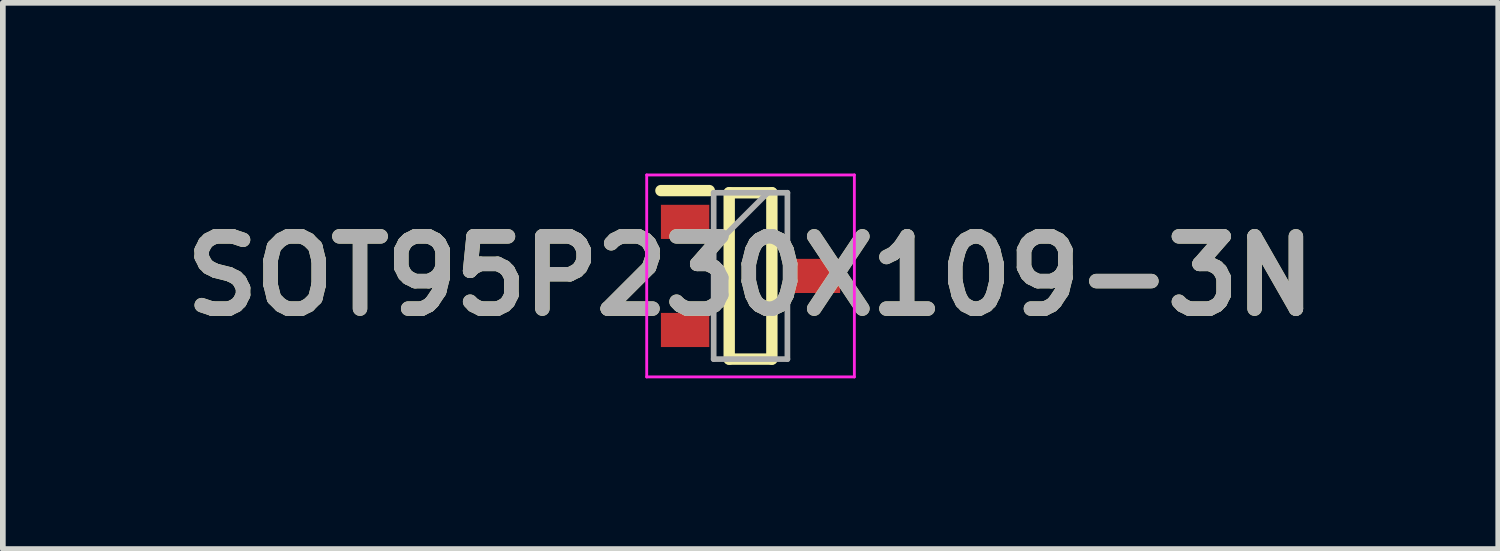
<source format=kicad_pcb>
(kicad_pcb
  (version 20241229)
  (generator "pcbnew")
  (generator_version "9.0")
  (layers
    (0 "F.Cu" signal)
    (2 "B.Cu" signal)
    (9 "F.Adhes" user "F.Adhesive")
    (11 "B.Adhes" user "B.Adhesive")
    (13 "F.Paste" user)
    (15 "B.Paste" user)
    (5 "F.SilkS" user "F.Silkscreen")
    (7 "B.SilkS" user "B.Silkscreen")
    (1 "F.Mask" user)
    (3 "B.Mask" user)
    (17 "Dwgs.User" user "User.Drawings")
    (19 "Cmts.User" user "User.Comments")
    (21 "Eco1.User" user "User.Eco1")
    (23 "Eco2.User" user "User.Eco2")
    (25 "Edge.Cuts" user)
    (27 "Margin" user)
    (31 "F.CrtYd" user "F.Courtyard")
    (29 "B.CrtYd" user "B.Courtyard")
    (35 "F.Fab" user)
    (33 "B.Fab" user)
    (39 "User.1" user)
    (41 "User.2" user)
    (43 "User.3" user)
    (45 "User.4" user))
  (footprint "SOT95P230X109-3N"
    (layer "F.Cu")
    (at 10.142 1.8)
    (property "Reference" "SOT95P230X109-3N" (at 0 0 0) (layer "F.SilkS") (effects (font (size 1.27 1.27) (thickness 0.254))))
    (attr smd)
    (fp_line (start -1.575 -1.5) (end -0.725 -1.5) (stroke (width 0.2) (type solid)) (layer "F.SilkS"))
    (fp_line (start -0.375 -1.462) (end 0.375 -1.462) (stroke (width 0.2) (type solid)) (layer "F.SilkS"))
    (fp_line (start -0.375 1.462) (end -0.375 -1.462) (stroke (width 0.2) (type solid)) (layer "F.SilkS"))
    (fp_line (start 0.375 -1.462) (end 0.375 1.462) (stroke (width 0.2) (type solid)) (layer "F.SilkS"))
    (fp_line (start 0.375 1.462) (end -0.375 1.462) (stroke (width 0.2) (type solid)) (layer "F.SilkS"))
    (fp_line (start -1.825 -1.775) (end 1.825 -1.775) (stroke (width 0.05) (type solid)) (layer "F.CrtYd"))
    (fp_line (start -1.825 1.775) (end -1.825 -1.775) (stroke (width 0.05) (type solid)) (layer "F.CrtYd"))
    (fp_line (start 1.825 -1.775) (end 1.825 1.775) (stroke (width 0.05) (type solid)) (layer "F.CrtYd"))
    (fp_line (start 1.825 1.775) (end -1.825 1.775) (stroke (width 0.05) (type solid)) (layer "F.CrtYd"))
    (fp_line (start -0.648 -1.462) (end 0.648 -1.462) (stroke (width 0.1) (type solid)) (layer "F.Fab"))
    (fp_line (start -0.648 -0.512) (end 0.302 -1.462) (stroke (width 0.1) (type solid)) (layer "F.Fab"))
    (fp_line (start -0.648 1.462) (end -0.648 -1.462) (stroke (width 0.1) (type solid)) (layer "F.Fab"))
    (fp_line (start 0.648 -1.462) (end 0.648 1.462) (stroke (width 0.1) (type solid)) (layer "F.Fab"))
    (fp_line (start 0.648 1.462) (end -0.648 1.462) (stroke (width 0.1) (type solid)) (layer "F.Fab"))
    (fp_text user "${REFERENCE}" (at 0 0 0) (layer "F.Fab") (effects (font (size 1.27 1.27) (thickness 0.254))))
    (pad "1" smd rect (at -1.15 -0.95 90) (size 0.6 0.85) (layers "F.Cu" "F.Mask" "F.Paste"))
    (pad "2" smd rect (at -1.15 0.95 90) (size 0.6 0.85) (layers "F.Cu" "F.Mask" "F.Paste"))
    (pad "3" smd rect (at 1.15 0 90) (size 0.6 0.85) (layers "F.Cu" "F.Mask" "F.Paste")))
  (gr_rect
    (start -3 -3)
    (end 23.284 6.6)
    (stroke (width 0.1) (type default))
    (fill no)
    (layer "Edge.Cuts")))
</source>
